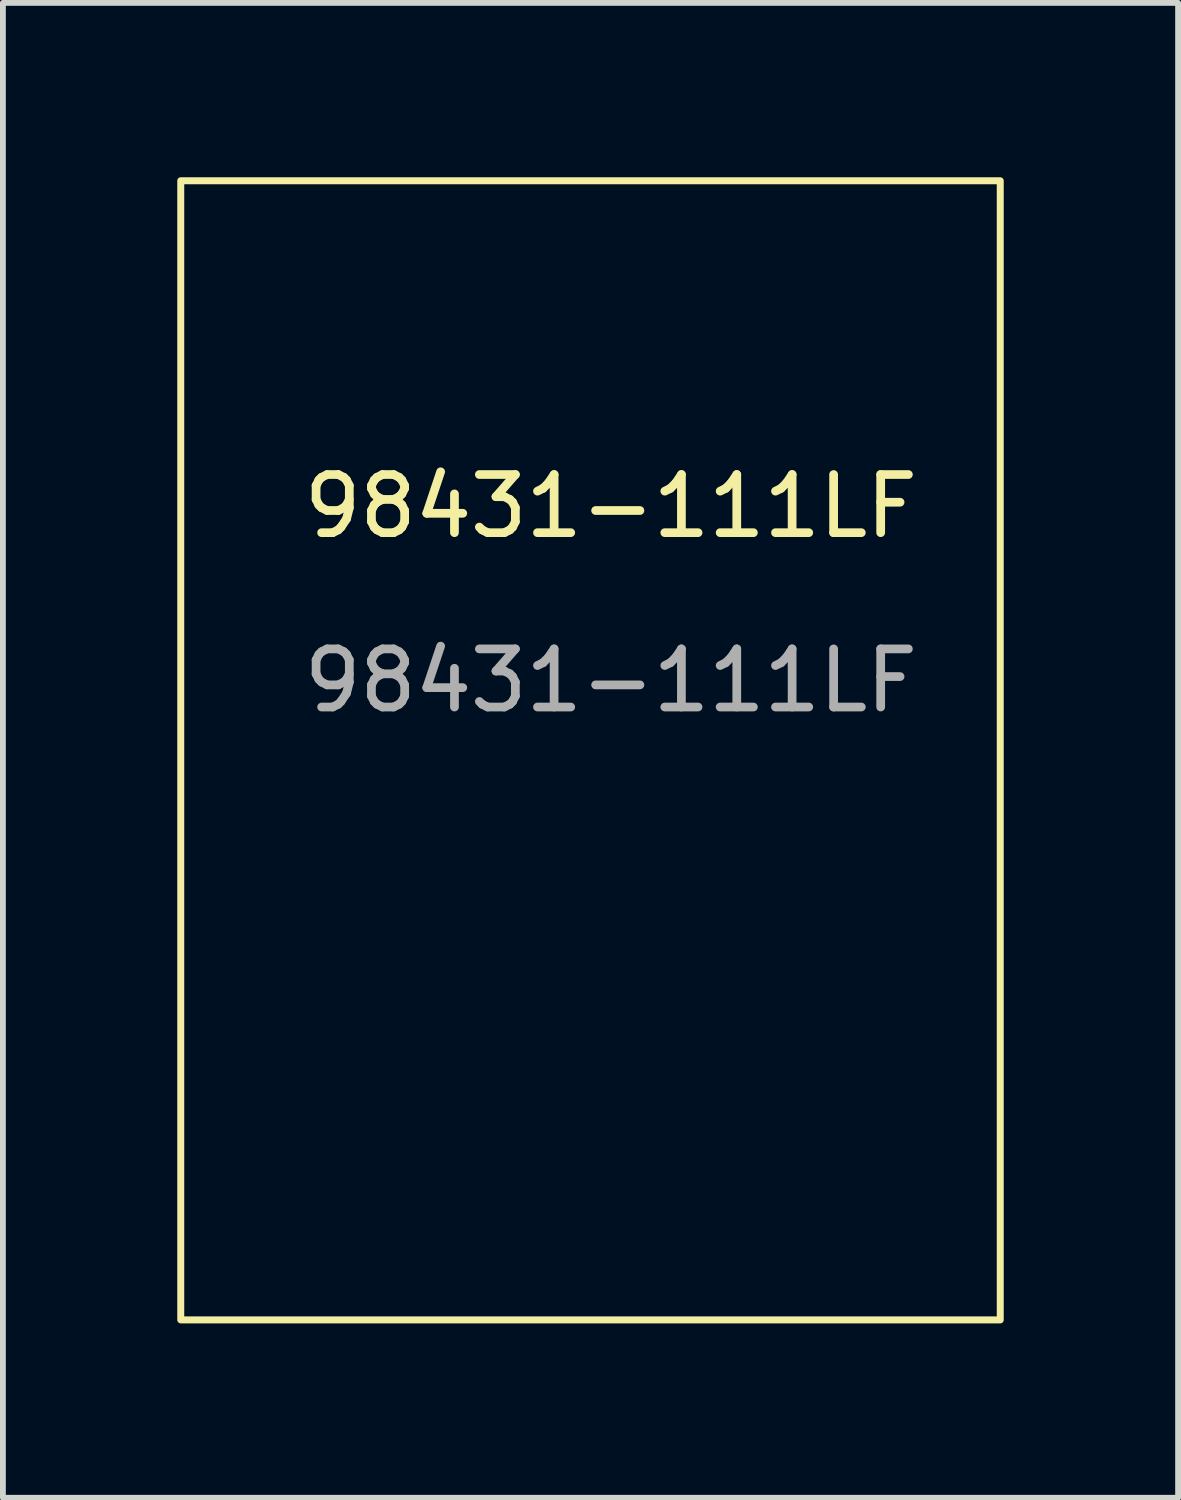
<source format=kicad_pcb>
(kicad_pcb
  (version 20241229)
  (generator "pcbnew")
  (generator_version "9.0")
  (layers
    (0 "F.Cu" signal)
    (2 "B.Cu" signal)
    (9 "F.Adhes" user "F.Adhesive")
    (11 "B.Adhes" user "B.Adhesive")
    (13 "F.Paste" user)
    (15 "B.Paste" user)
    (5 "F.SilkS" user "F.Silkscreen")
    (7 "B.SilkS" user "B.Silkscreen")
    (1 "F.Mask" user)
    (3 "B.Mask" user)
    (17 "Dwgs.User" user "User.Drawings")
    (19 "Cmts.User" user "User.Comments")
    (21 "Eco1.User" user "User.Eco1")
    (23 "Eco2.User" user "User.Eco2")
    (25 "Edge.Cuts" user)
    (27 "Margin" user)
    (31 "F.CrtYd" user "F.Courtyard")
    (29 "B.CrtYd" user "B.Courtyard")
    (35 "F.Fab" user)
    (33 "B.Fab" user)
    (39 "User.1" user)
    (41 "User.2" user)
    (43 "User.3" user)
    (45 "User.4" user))
  (footprint "98431-111LF"
    (layer "F.Cu")
    (at 7.46 6.16)
    (property "Reference" "98431-111LF" (at 0 -0.5 0) (unlocked yes) (layer "F.SilkS") (effects (font (size 1 1) (thickness 0.15))))
    (attr smd)
    (fp_rect (start -7.4 -6.1) (end 6.7 13.5) (stroke (width 0.12) (type solid)) (fill no) (layer "F.SilkS"))
    (fp_text user "${REFERENCE}" (at 0 2.5 0) (unlocked yes) (layer "F.Fab") (effects (font (size 1 1) (thickness 0.15)))))
  (gr_rect
    (start -3 -3)
    (end 17.22 22.72)
    (stroke (width 0.1) (type default))
    (fill no)
    (layer "Edge.Cuts")))
</source>
